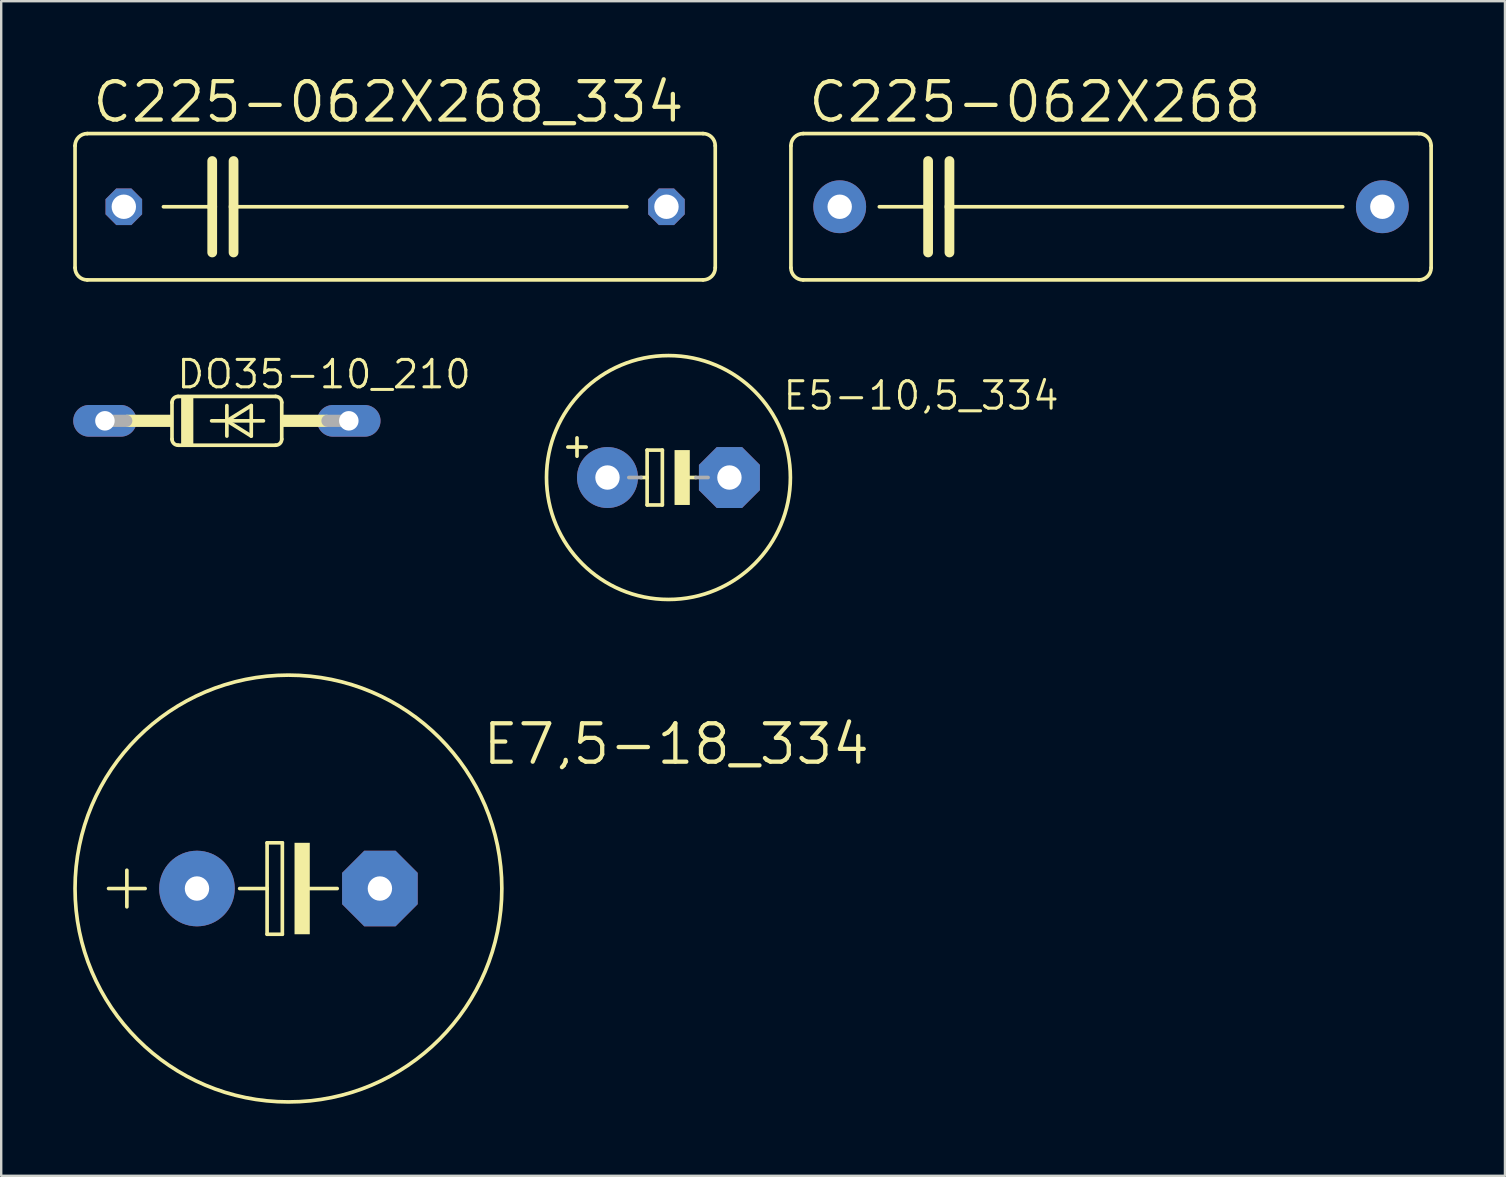
<source format=kicad_pcb>
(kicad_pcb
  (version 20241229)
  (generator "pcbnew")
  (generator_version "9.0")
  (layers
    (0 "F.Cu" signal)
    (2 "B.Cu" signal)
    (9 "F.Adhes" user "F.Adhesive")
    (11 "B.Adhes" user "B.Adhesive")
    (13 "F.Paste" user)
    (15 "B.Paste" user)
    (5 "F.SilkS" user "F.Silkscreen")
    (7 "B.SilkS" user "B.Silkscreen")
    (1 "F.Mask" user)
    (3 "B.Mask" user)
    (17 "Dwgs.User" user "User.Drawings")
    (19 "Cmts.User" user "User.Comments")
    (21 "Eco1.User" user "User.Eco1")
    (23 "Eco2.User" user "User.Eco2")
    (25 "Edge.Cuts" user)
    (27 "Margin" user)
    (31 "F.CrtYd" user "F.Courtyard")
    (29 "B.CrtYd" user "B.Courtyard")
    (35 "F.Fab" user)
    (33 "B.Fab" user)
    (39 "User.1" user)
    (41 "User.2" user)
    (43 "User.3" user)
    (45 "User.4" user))
  (footprint "DO35-10_210"
    (layer "F.Cu")
    (at 6.401 14.481)
    (property "Reference" "DO35-10_210" (at -2.159 -1.27 0) (layer "F.SilkS") (effects (font (size 1.143 1.143) (thickness 0.127)) (justify left bottom)))
    (fp_line (start -2.286 -0.762) (end -2.286 0.762) (stroke (width 0.152) (type solid)) (layer "F.SilkS"))
    (fp_line (start -2.032 -1.016) (end 2.032 -1.016) (stroke (width 0.152) (type solid)) (layer "F.SilkS"))
    (fp_line (start -2.032 1.016) (end 2.032 1.016) (stroke (width 0.152) (type solid)) (layer "F.SilkS"))
    (fp_line (start -0.635 0) (end 0 0) (stroke (width 0.152) (type solid)) (layer "F.SilkS"))
    (fp_line (start 0 -0.635) (end 0 0) (stroke (width 0.152) (type solid)) (layer "F.SilkS"))
    (fp_line (start 0 0) (end 0 0.635) (stroke (width 0.152) (type solid)) (layer "F.SilkS"))
    (fp_line (start 0 0) (end 1.016 -0.635) (stroke (width 0.152) (type solid)) (layer "F.SilkS"))
    (fp_line (start 0 0) (end 1.524 0) (stroke (width 0.152) (type solid)) (layer "F.SilkS"))
    (fp_line (start 1.016 -0.635) (end 1.016 0.635) (stroke (width 0.152) (type solid)) (layer "F.SilkS"))
    (fp_line (start 1.016 0.635) (end 0 0) (stroke (width 0.152) (type solid)) (layer "F.SilkS"))
    (fp_line (start 2.286 0.762) (end 2.286 -0.762) (stroke (width 0.152) (type solid)) (layer "F.SilkS"))
    (fp_arc (start -2.286 -0.762) (mid -2.211605 -0.941605) (end -2.032 -1.016) (stroke (width 0.1524) (type solid)) (layer "F.SilkS"))
    (fp_arc (start -2.032 1.016) (mid -2.211605 0.941605) (end -2.286 0.762) (stroke (width 0.1524) (type solid)) (layer "F.SilkS"))
    (fp_arc (start 2.032 -1.016) (mid 2.211605 -0.941605) (end 2.286 -0.762) (stroke (width 0.1524) (type solid)) (layer "F.SilkS"))
    (fp_arc (start 2.286 0.762) (mid 2.211605 0.941605) (end 2.032 1.016) (stroke (width 0.1524) (type solid)) (layer "F.SilkS"))
    (fp_poly (pts (xy -4.191 0.254) (xy -2.286 0.254) (xy -2.286 -0.254) (xy -4.191 -0.254)) (stroke (width 0) (type default)) (fill yes) (layer "F.SilkS"))
    (fp_poly (pts (xy -1.905 1.016) (xy -1.397 1.016) (xy -1.397 -1.016) (xy -1.905 -1.016)) (stroke (width 0) (type default)) (fill yes) (layer "F.SilkS"))
    (fp_poly (pts (xy 2.286 0.254) (xy 4.191 0.254) (xy 4.191 -0.254) (xy 2.286 -0.254)) (stroke (width 0) (type default)) (fill yes) (layer "F.SilkS"))
    (fp_line (start -5.08 0) (end -4.191 0) (stroke (width 0.508) (type solid)) (layer "F.Fab"))
    (fp_line (start 5.08 0) (end 4.191 0) (stroke (width 0.508) (type solid)) (layer "F.Fab"))
    (pad "A" thru_hole oval (at 5.08 0) (size 2.642 1.321) (drill 0.813) (layers "*.Cu" "*.Mask"))
    (pad "C" thru_hole oval (at -5.08 0) (size 2.642 1.321) (drill 0.813) (layers "*.Cu" "*.Mask")))
  (footprint "C225-062X268_334"
    (layer "F.Cu")
    (at 13.411 5.563)
    (property "Reference" "C225-062X268_334" (at -12.7 -3.429 0) (layer "F.SilkS") (effects (font (size 1.6 1.6) (thickness 0.178)) (justify left bottom)))
    (fp_line (start -13.335 2.54) (end -13.335 -2.54) (stroke (width 0.152) (type solid)) (layer "F.SilkS"))
    (fp_line (start -12.827 -3.048) (end 12.827 -3.048) (stroke (width 0.152) (type solid)) (layer "F.SilkS"))
    (fp_line (start -9.652 0) (end -7.62 0) (stroke (width 0.152) (type solid)) (layer "F.SilkS"))
    (fp_line (start -7.62 -1.905) (end -7.62 0) (stroke (width 0.406) (type solid)) (layer "F.SilkS"))
    (fp_line (start -7.62 0) (end -7.62 1.905) (stroke (width 0.406) (type solid)) (layer "F.SilkS"))
    (fp_line (start -6.731 -1.905) (end -6.731 0) (stroke (width 0.406) (type solid)) (layer "F.SilkS"))
    (fp_line (start -6.731 0) (end -6.731 1.905) (stroke (width 0.406) (type solid)) (layer "F.SilkS"))
    (fp_line (start -6.731 0) (end 9.652 0) (stroke (width 0.152) (type solid)) (layer "F.SilkS"))
    (fp_line (start 12.827 3.048) (end -12.827 3.048) (stroke (width 0.152) (type solid)) (layer "F.SilkS"))
    (fp_line (start 13.335 -2.54) (end 13.335 2.54) (stroke (width 0.152) (type solid)) (layer "F.SilkS"))
    (fp_arc (start -13.335 -2.54) (mid -13.18621 -2.89921) (end -12.827 -3.048) (stroke (width 0.1524) (type solid)) (layer "F.SilkS"))
    (fp_arc (start -12.827 3.048) (mid -13.18621 2.89921) (end -13.335 2.54) (stroke (width 0.1524) (type solid)) (layer "F.SilkS"))
    (fp_arc (start 12.827 -3.048) (mid 13.18621 -2.89921) (end 13.335 -2.54) (stroke (width 0.1524) (type solid)) (layer "F.SilkS"))
    (fp_arc (start 13.335 2.54) (mid 13.18621 2.89921) (end 12.827 3.048) (stroke (width 0.1524) (type solid)) (layer "F.SilkS"))
    (pad "1" thru_hole roundrect (at -11.303 0) (size 1.524 1.524) (drill 1.016) (layers "*.Cu" "*.Mask") (roundrect_rratio 0.25) (chamfer_ratio 0.293) (chamfer top_left top_right bottom_left bottom_right))
    (pad "2" thru_hole roundrect (at 11.303 0) (size 1.524 1.524) (drill 1.016) (layers "*.Cu" "*.Mask") (roundrect_rratio 0.25) (chamfer_ratio 0.293) (chamfer top_left top_right bottom_left bottom_right)))
  (footprint "E7,5-18_334"
    (layer "F.Cu")
    (at 8.966 33.965)
    (property "Reference" "E7,5-18_334" (at 8.001 -5.08 0) (layer "F.SilkS") (effects (font (size 1.6 1.6) (thickness 0.178)) (justify left bottom)))
    (fp_line (start -7.493 0) (end -5.969 0) (stroke (width 0.152) (type solid)) (layer "F.SilkS"))
    (fp_line (start -6.731 0.762) (end -6.731 -0.762) (stroke (width 0.152) (type solid)) (layer "F.SilkS"))
    (fp_line (start -0.889 -1.905) (end -0.889 0) (stroke (width 0.152) (type solid)) (layer "F.SilkS"))
    (fp_line (start -0.889 0) (end -2.032 0) (stroke (width 0.152) (type solid)) (layer "F.SilkS"))
    (fp_line (start -0.889 0) (end -0.889 1.905) (stroke (width 0.152) (type solid)) (layer "F.SilkS"))
    (fp_line (start -0.889 1.905) (end -0.254 1.905) (stroke (width 0.152) (type solid)) (layer "F.SilkS"))
    (fp_line (start -0.254 -1.905) (end -0.889 -1.905) (stroke (width 0.152) (type solid)) (layer "F.SilkS"))
    (fp_line (start -0.254 1.905) (end -0.254 -1.905) (stroke (width 0.152) (type solid)) (layer "F.SilkS"))
    (fp_line (start 0.635 0) (end 2.032 0) (stroke (width 0.152) (type solid)) (layer "F.SilkS"))
    (fp_circle (center 0 0) (end 8.89 0) (stroke (width 0.152) (type solid)) (fill no) (layer "F.SilkS"))
    (fp_poly (pts (xy 0.254 1.905) (xy 0.889 1.905) (xy 0.889 -1.905) (xy 0.254 -1.905)) (stroke (width 0) (type default)) (fill yes) (layer "F.SilkS"))
    (pad "+" thru_hole circle (at -3.81 0) (size 3.15 3.15) (drill 1.016) (layers "*.Cu" "*.Mask"))
    (pad "-" thru_hole roundrect (at 3.81 0) (size 3.15 3.15) (drill 1.016) (layers "*.Cu" "*.Mask") (roundrect_rratio 0.25) (chamfer_ratio 0.293) (chamfer top_left top_right bottom_left bottom_right)))
  (footprint "E5-10,5_334"
    (layer "F.Cu")
    (at 24.797 16.843)
    (property "Reference" "E5-10,5_334" (at 4.699 -2.743 0) (layer "F.SilkS") (effects (font (size 1.143 1.143) (thickness 0.127)) (justify left bottom)))
    (fp_line (start -3.81 -1.651) (end -3.81 -0.889) (stroke (width 0.152) (type solid)) (layer "F.SilkS"))
    (fp_line (start -3.429 -1.27) (end -4.191 -1.27) (stroke (width 0.152) (type solid)) (layer "F.SilkS"))
    (fp_line (start -1.143 0) (end -0.889 0) (stroke (width 0.152) (type solid)) (layer "F.SilkS"))
    (fp_line (start -0.889 -1.143) (end -0.889 0) (stroke (width 0.152) (type solid)) (layer "F.SilkS"))
    (fp_line (start -0.889 0) (end -0.889 1.143) (stroke (width 0.152) (type solid)) (layer "F.SilkS"))
    (fp_line (start -0.889 1.143) (end -0.254 1.143) (stroke (width 0.152) (type solid)) (layer "F.SilkS"))
    (fp_line (start -0.254 -1.143) (end -0.889 -1.143) (stroke (width 0.152) (type solid)) (layer "F.SilkS"))
    (fp_line (start -0.254 1.143) (end -0.254 -1.143) (stroke (width 0.152) (type solid)) (layer "F.SilkS"))
    (fp_line (start 0.635 0) (end 1.143 0) (stroke (width 0.152) (type solid)) (layer "F.SilkS"))
    (fp_circle (center 0 0) (end 5.08 0) (stroke (width 0.152) (type solid)) (fill no) (layer "F.SilkS"))
    (fp_poly (pts (xy 0.254 1.143) (xy 0.889 1.143) (xy 0.889 -1.143) (xy 0.254 -1.143)) (stroke (width 0) (type default)) (fill yes) (layer "F.SilkS"))
    (fp_line (start -1.651 0) (end -1.143 0) (stroke (width 0.152) (type solid)) (layer "F.Fab"))
    (fp_line (start 1.143 0) (end 1.651 0) (stroke (width 0.152) (type solid)) (layer "F.Fab"))
    (pad "+" thru_hole circle (at -2.54 0) (size 2.54 2.54) (drill 1.016) (layers "*.Cu" "*.Mask"))
    (pad "-" thru_hole roundrect (at 2.54 0) (size 2.54 2.54) (drill 1.016) (layers "*.Cu" "*.Mask") (roundrect_rratio 0.25) (chamfer_ratio 0.293) (chamfer top_left top_right bottom_left bottom_right)))
  (footprint "C225-062X268"
    (layer "F.Cu")
    (at 43.234 5.563)
    (property "Reference" "C225-062X268" (at -12.7 -3.429 0) (layer "F.SilkS") (effects (font (size 1.6 1.6) (thickness 0.178)) (justify left bottom)))
    (fp_line (start -13.335 2.54) (end -13.335 -2.54) (stroke (width 0.152) (type solid)) (layer "F.SilkS"))
    (fp_line (start -12.827 -3.048) (end 12.827 -3.048) (stroke (width 0.152) (type solid)) (layer "F.SilkS"))
    (fp_line (start -9.652 0) (end -7.62 0) (stroke (width 0.152) (type solid)) (layer "F.SilkS"))
    (fp_line (start -7.62 -1.905) (end -7.62 0) (stroke (width 0.406) (type solid)) (layer "F.SilkS"))
    (fp_line (start -7.62 0) (end -7.62 1.905) (stroke (width 0.406) (type solid)) (layer "F.SilkS"))
    (fp_line (start -6.731 -1.905) (end -6.731 0) (stroke (width 0.406) (type solid)) (layer "F.SilkS"))
    (fp_line (start -6.731 0) (end -6.731 1.905) (stroke (width 0.406) (type solid)) (layer "F.SilkS"))
    (fp_line (start -6.731 0) (end 9.652 0) (stroke (width 0.152) (type solid)) (layer "F.SilkS"))
    (fp_line (start 12.827 3.048) (end -12.827 3.048) (stroke (width 0.152) (type solid)) (layer "F.SilkS"))
    (fp_line (start 13.335 -2.54) (end 13.335 2.54) (stroke (width 0.152) (type solid)) (layer "F.SilkS"))
    (fp_arc (start -13.335 -2.54) (mid -13.18621 -2.89921) (end -12.827 -3.048) (stroke (width 0.1524) (type solid)) (layer "F.SilkS"))
    (fp_arc (start -12.827 3.048) (mid -13.18621 2.89921) (end -13.335 2.54) (stroke (width 0.1524) (type solid)) (layer "F.SilkS"))
    (fp_arc (start 12.827 -3.048) (mid 13.18621 -2.89921) (end 13.335 -2.54) (stroke (width 0.1524) (type solid)) (layer "F.SilkS"))
    (fp_arc (start 13.335 2.54) (mid 13.18621 2.89921) (end 12.827 3.048) (stroke (width 0.1524) (type solid)) (layer "F.SilkS"))
    (pad "1" thru_hole circle (at -11.303 0) (size 2.2 2.2) (drill 1.016) (layers "*.Cu" "*.Mask"))
    (pad "2" thru_hole circle (at 11.303 0) (size 2.2 2.2) (drill 1.016) (layers "*.Cu" "*.Mask")))
  (gr_rect
    (start -3 -3)
    (end 59.645 45.932)
    (stroke (width 0.1) (type default))
    (fill no)
    (layer "Edge.Cuts")))
</source>
